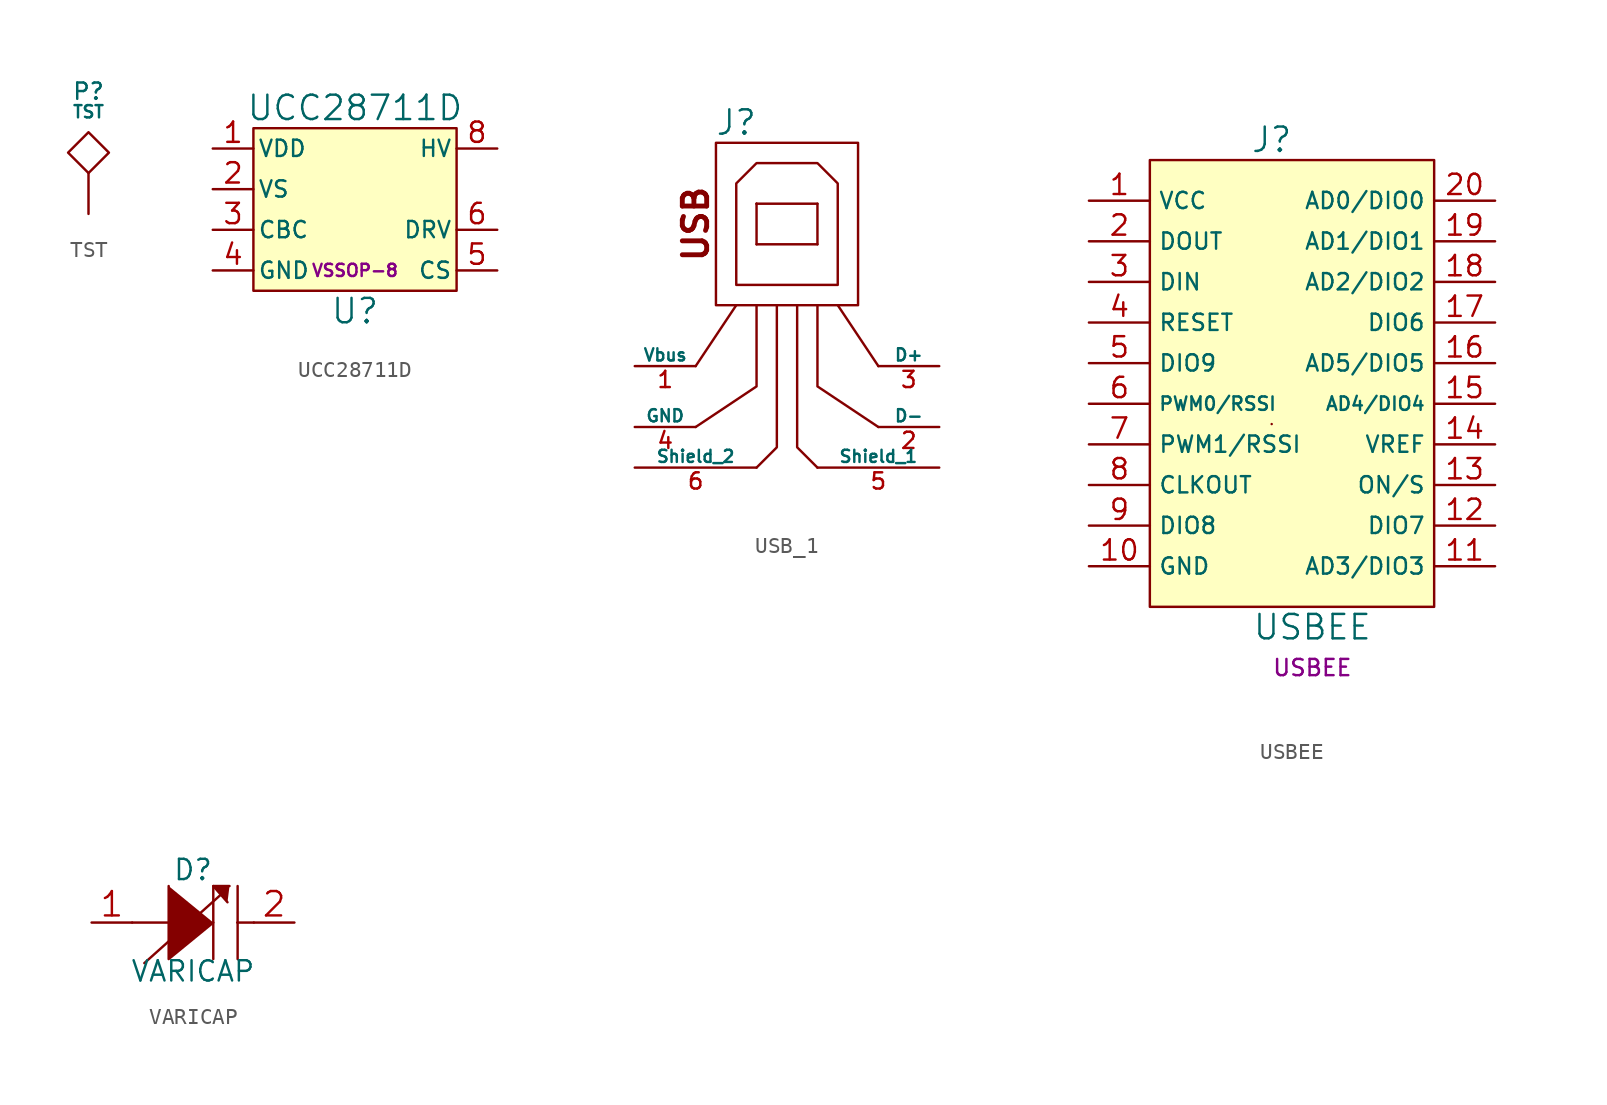
<source format=kicad_sym>
(kicad_symbol_lib
  (version 20220914)
  (generator kicad_symbol_editor)
  (symbol "TST"
    (pin_numbers hide)
    (pin_names
      (offset 1.016) hide)
    (property "Reference" "P"
      (at 0 7.62 0)
      (effects (font (size 1.016 1.016))))
    (property "Value" "TST"
      (at 0 6.35 0)
      (effects (font (size 0.762 0.762))))
    (property "Footprint" ""
      (at 0 0 0)
      (effects (font (size 1.524 1.524))))
    (property "Datasheet" ""
      (at 0 0 0)
      (effects (font (size 1.524 1.524))))
    (symbol "TST_0_1"
      (polyline (pts (xy 0 5.08) (xy -1.27 3.81) (xy 0 2.54) (xy 1.27 3.81) (xy 0 5.08) (xy 0 5.08)) (stroke (width 0) (type default)) (fill (type none))))
    (symbol "TST_1_1"
      (pin passive line (at 0 0 90) (length 2.54) (name "~" (effects (font (size 1.016 1.016)))) (number "1" (effects (font (size 1.016 1.016)))))))
  (symbol "UCC28711D"
    (pin_names
      (offset 0.254))
    (property "Reference" "U"
      (at 0 -6.35 0)
      (effects (font (size 1.524 1.524))))
    (property "Value" "UCC28711D"
      (at 0 6.35 0)
      (effects (font (size 1.524 1.524))))
    (property "Footprint" "VSSOP-8"
      (at 0 -3.81 0)
      (effects (font (size 0.762 0.762))))
    (property "Datasheet" ""
      (at 0 0 0)
      (effects (font (size 1.524 1.524))))
    (symbol "UCC28711D_0_1"
      (rectangle (start -6.35 5.08) (end 6.35 -5.08) (stroke (width 0) (type default)) (fill (type background))))
    (symbol "UCC28711D_1_1"
      (pin bidirectional line (at -8.89 3.81 0) (length 2.54) (name "VDD" (effects (font (size 1.016 1.016)))) (number "1" (effects (font (size 1.27 1.27)))))
      (pin bidirectional line (at -8.89 1.27 0) (length 2.54) (name "VS" (effects (font (size 1.016 1.016)))) (number "2" (effects (font (size 1.27 1.27)))))
      (pin bidirectional line (at -8.89 -1.27 0) (length 2.54) (name "CBC" (effects (font (size 1.016 1.016)))) (number "3" (effects (font (size 1.27 1.27)))))
      (pin bidirectional line (at -8.89 -3.81 0) (length 2.54) (name "GND" (effects (font (size 1.016 1.016)))) (number "4" (effects (font (size 1.27 1.27)))))
      (pin bidirectional line (at 8.89 -3.81 180) (length 2.54) (name "CS" (effects (font (size 1.016 1.016)))) (number "5" (effects (font (size 1.27 1.27)))))
      (pin bidirectional line (at 8.89 -1.27 180) (length 2.54) (name "DRV" (effects (font (size 1.016 1.016)))) (number "6" (effects (font (size 1.27 1.27)))))
      (pin bidirectional line (at 8.89 3.81 180) (length 2.54) (name "HV" (effects (font (size 1.016 1.016)))) (number "8" (effects (font (size 1.27 1.27)))))))
  (symbol "USB_1"
    (pin_names
      (offset 0))
    (property "Reference" "J"
      (at -3.81 10.16 0)
      (effects (font (size 1.524 1.524))))
    (property "Footprint" ""
      (at 0 0 0)
      (effects (font (size 1.524 1.524))))
    (property "Datasheet" ""
      (at 0 0 0)
      (effects (font (size 1.524 1.524))))
    (symbol "USB_1_0_0"
      (text "USB" (at -6.35 3.81 900) (effects (font (size 1.524 1.524) bold))))
    (symbol "USB_1_0_1"
      (rectangle (start -2.54 5.08) (end -2.54 2.54) (stroke (width 0) (type default)) (fill (type none)))
      (rectangle (start -2.54 5.08) (end -2.54 5.08) (stroke (width 0) (type default)) (fill (type none)))
      (rectangle (start -2.54 5.08) (end 1.27 5.08) (stroke (width 0) (type default)) (fill (type none)))
      (polyline (pts (xy -3.81 -1.27) (xy -6.35 -5.08) (xy -6.35 -5.08)) (stroke (width 0) (type default)) (fill (type none)))
      (polyline (pts (xy 2.54 -1.27) (xy 5.08 -5.08) (xy 5.08 -5.08)) (stroke (width 0) (type default)) (fill (type none)))
      (polyline (pts (xy -2.54 -11.43) (xy -1.27 -10.16) (xy -1.27 -1.27) (xy -1.27 -1.27)) (stroke (width 0) (type default)) (fill (type none)))
      (polyline (pts (xy -2.54 -1.27) (xy -2.54 -6.35) (xy -6.35 -8.89) (xy -6.35 -8.89)) (stroke (width 0) (type default)) (fill (type none)))
      (polyline (pts (xy 0 -1.27) (xy 0 -10.16) (xy 1.27 -11.43) (xy 1.27 -11.43)) (stroke (width 0) (type default)) (fill (type none)))
      (polyline (pts (xy 1.27 -1.27) (xy 1.27 -6.35) (xy 5.08 -8.89) (xy 5.08 -8.89)) (stroke (width 0) (type default)) (fill (type none)))
      (polyline (pts (xy -5.08 -1.27) (xy 3.81 -1.27) (xy 3.81 8.89) (xy -5.08 8.89) (xy -5.08 -1.27) (xy -5.08 -1.27)) (stroke (width 0) (type default)) (fill (type none)))
      (polyline (pts (xy -3.81 0) (xy 2.54 0) (xy 2.54 6.35) (xy 1.27 7.62) (xy -2.54 7.62) (xy -3.81 6.35) (xy -3.81 0) (xy -3.81 0) (xy -3.81 0)) (stroke (width 0) (type default)) (fill (type none)))
      (rectangle (start 1.27 2.54) (end -2.54 2.54) (stroke (width 0) (type default)) (fill (type none)))
      (rectangle (start 1.27 2.54) (end 1.27 5.08) (stroke (width 0) (type default)) (fill (type none))))
    (symbol "USB_1_1_1"
      (pin power_out line (at -10.16 -5.08 0) (length 3.81) (name "Vbus" (effects (font (size 0.762 0.762)))) (number "1" (effects (font (size 1.016 1.016)))))
      (pin bidirectional line (at 8.89 -8.89 180) (length 3.81) (name "D-" (effects (font (size 0.762 0.762)))) (number "2" (effects (font (size 1.016 1.016)))))
      (pin bidirectional line (at 8.89 -5.08 180) (length 3.81) (name "D+" (effects (font (size 0.762 0.762)))) (number "3" (effects (font (size 1.016 1.016)))))
      (pin power_out line (at -10.16 -8.89 0) (length 3.81) (name "GND" (effects (font (size 0.762 0.762)))) (number "4" (effects (font (size 1.016 1.016)))))
      (pin passive line (at 8.89 -11.43 180) (length 7.62) (name "Shield_1" (effects (font (size 0.762 0.762)))) (number "5" (effects (font (size 1.016 1.016)))))
      (pin passive line (at -10.16 -11.43 0) (length 7.62) (name "Shield_2" (effects (font (size 0.762 0.762)))) (number "6" (effects (font (size 1.016 1.016)))))))
  (symbol "USBEE"
    (property "Reference" "J"
      (at -2.54 15.24 0)
      (effects (font (size 1.524 1.524))))
    (property "Value" "USBEE"
      (at 0 -15.24 0)
      (effects (font (size 1.524 1.524))))
    (property "Footprint" "USBEE"
      (at 0 -17.78 0)
      (effects (font (size 1.016 1.016))))
    (property "Datasheet" ""
      (at 0 0 0)
      (effects (font (size 1.524 1.524))))
    (symbol "USBEE_0_1"
      (rectangle (start -10.16 13.97) (end 7.62 -13.97) (stroke (width 0) (type default)) (fill (type background)))
      (polyline (pts (xy -2.54 -2.54) (xy -2.54 -2.54)) (stroke (width 0) (type default)) (fill (type none))))
    (symbol "USBEE_1_1"
      (pin input line (at -13.97 11.43 0) (length 3.81) (name "VCC" (effects (font (size 1.016 1.016)))) (number "1" (effects (font (size 1.27 1.27)))))
      (pin input line (at -13.97 -11.43 0) (length 3.81) (name "GND" (effects (font (size 1.016 1.016)))) (number "10" (effects (font (size 1.27 1.27)))))
      (pin input line (at 11.43 -11.43 180) (length 3.81) (name "AD3/DIO3" (effects (font (size 1.016 1.016)))) (number "11" (effects (font (size 1.27 1.27)))))
      (pin input line (at 11.43 -8.89 180) (length 3.81) (name "DIO7" (effects (font (size 1.016 1.016)))) (number "12" (effects (font (size 1.27 1.27)))))
      (pin input line (at 11.43 -6.35 180) (length 3.81) (name "ON/S" (effects (font (size 1.016 1.016)))) (number "13" (effects (font (size 1.27 1.27)))))
      (pin input line (at 11.43 -3.81 180) (length 3.81) (name "VREF" (effects (font (size 1.016 1.016)))) (number "14" (effects (font (size 1.27 1.27)))))
      (pin input line (at 11.43 -1.27 180) (length 3.81) (name "AD4/DIO4" (effects (font (size 0.838 0.838)))) (number "15" (effects (font (size 1.27 1.27)))))
      (pin input line (at 11.43 1.27 180) (length 3.81) (name "AD5/DIO5" (effects (font (size 1.016 1.016)))) (number "16" (effects (font (size 1.27 1.27)))))
      (pin input line (at 11.43 3.81 180) (length 3.81) (name "DIO6" (effects (font (size 1.016 1.016)))) (number "17" (effects (font (size 1.27 1.27)))))
      (pin input line (at 11.43 6.35 180) (length 3.81) (name "AD2/DIO2" (effects (font (size 1.016 1.016)))) (number "18" (effects (font (size 1.27 1.27)))))
      (pin input line (at 11.43 8.89 180) (length 3.81) (name "AD1/DIO1" (effects (font (size 1.016 1.016)))) (number "19" (effects (font (size 1.27 1.27)))))
      (pin input line (at -13.97 8.89 0) (length 3.81) (name "DOUT" (effects (font (size 1.016 1.016)))) (number "2" (effects (font (size 1.27 1.27)))))
      (pin input line (at 11.43 11.43 180) (length 3.81) (name "AD0/DIO0" (effects (font (size 1.016 1.016)))) (number "20" (effects (font (size 1.27 1.27)))))
      (pin input line (at -13.97 6.35 0) (length 3.81) (name "DIN" (effects (font (size 1.016 1.016)))) (number "3" (effects (font (size 1.27 1.27)))))
      (pin input line (at -13.97 3.81 0) (length 3.81) (name "RESET" (effects (font (size 1.016 1.016)))) (number "4" (effects (font (size 1.27 1.27)))))
      (pin input line (at -13.97 1.27 0) (length 3.81) (name "DIO9" (effects (font (size 1.016 1.016)))) (number "5" (effects (font (size 1.27 1.27)))))
      (pin input line (at -13.97 -1.27 0) (length 3.81) (name "PWM0/RSSI" (effects (font (size 0.838 0.838)))) (number "6" (effects (font (size 1.27 1.27)))))
      (pin input line (at -13.97 -3.81 0) (length 3.81) (name "PWM1/RSSI" (effects (font (size 1.016 1.016)))) (number "7" (effects (font (size 1.27 1.27)))))
      (pin input line (at -13.97 -6.35 0) (length 3.81) (name "CLKOUT" (effects (font (size 1.016 1.016)))) (number "8" (effects (font (size 1.27 1.27)))))
      (pin input line (at -13.97 -8.89 0) (length 3.81) (name "DIO8" (effects (font (size 1.016 1.016)))) (number "9" (effects (font (size 1.27 1.27)))))))
  (symbol "VARICAP"
    (pin_names
      (offset 1.016) hide)
    (property "Reference" "D"
      (at 0 3.302 0)
      (effects (font (size 1.27 1.27))))
    (property "Value" "VARICAP"
      (at 0 -3.048 0)
      (effects (font (size 1.27 1.27))))
    (property "Footprint" ""
      (at 0 0 0)
      (effects (font (size 1.524 1.524))))
    (property "Datasheet" ""
      (at 0 0 0)
      (effects (font (size 1.524 1.524))))
    (symbol "VARICAP_0_1"
      (polyline (pts (xy -3.81 0) (xy -1.549 0)) (stroke (width 0) (type default)) (fill (type none)))
      (polyline (pts (xy -3.048 -2.54) (xy 1.778 1.778)) (stroke (width 0) (type default)) (fill (type none)))
      (polyline (pts (xy 1.27 -2.286) (xy 1.27 2.286)) (stroke (width 0) (type default)) (fill (type none)))
      (polyline (pts (xy 2.769 0) (xy 3.81 0)) (stroke (width 0) (type default)) (fill (type none)))
      (polyline (pts (xy 2.794 -2.286) (xy 2.794 2.286)) (stroke (width 0) (type default)) (fill (type none)))
      (polyline (pts (xy -1.524 2.286) (xy -1.524 -2.286) (xy 1.27 0)) (stroke (width 0) (type default)) (fill (type outline)))
      (polyline (pts (xy 2.286 2.286) (xy 1.27 2.286) (xy 2.159 1.27)) (stroke (width 0) (type default)) (fill (type outline))))
    (symbol "VARICAP_1_1"
      (pin passive line (at -6.35 0 0) (length 2.54) (name "ANODE" (effects (font (size 1.524 1.524)))) (number "1" (effects (font (size 1.524 1.524)))))
      (pin passive line (at 6.35 0 180) (length 2.54) (name "CATHODE" (effects (font (size 1.524 1.524)))) (number "2" (effects (font (size 1.524 1.524))))))))
</source>
